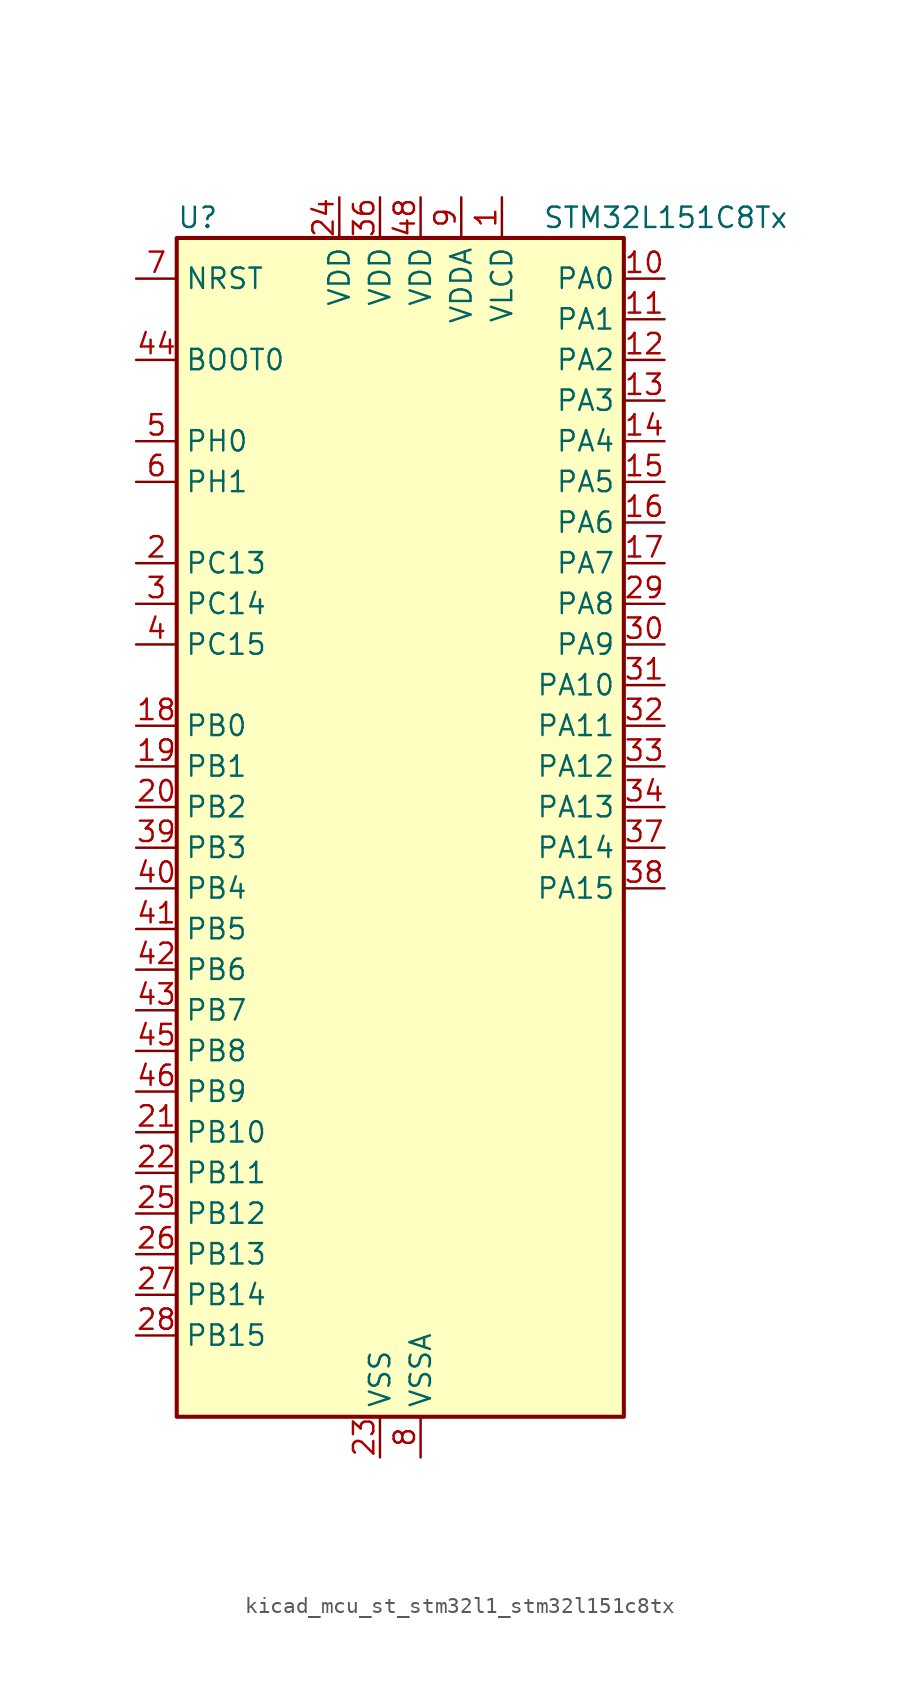
<source format=kicad_sym>
(kicad_symbol_lib
  (version 20220914)
  (generator kicad_symbol_editor)
  (symbol "kicad_mcu_st_stm32l1_stm32l151c8tx"
    (property "Reference" "U"
      (at -12.7 39.37 0)
      (effects (font (size 1.27 1.27)) (justify left)))
    (property "Value" "STM32L151C8Tx"
      (at 10.16 39.37 0)
      (effects (font (size 1.27 1.27)) (justify left)))
    (property "ki_locked" ""
      (at 0 0 0)
      (effects (font (size 1.27 1.27))))
    (symbol "kicad_mcu_st_stm32l1_stm32l151c8tx_0_1"
      (rectangle (start -12.7 -35.56) (end 15.24 38.1) (stroke (width 0.254) (type default)) (fill (type background))))
    (symbol "kicad_mcu_st_stm32l1_stm32l151c8tx_1_1"
      (pin power_in line (at 7.62 40.64 270) (length 2.54) (name "VLCD" (effects (font (size 1.27 1.27)))) (number "1" (effects (font (size 1.27 1.27)))))
      (pin bidirectional line (at 17.78 35.56 180) (length 2.54) (name "PA0" (effects (font (size 1.27 1.27)))) (number "10" (effects (font (size 1.27 1.27)))) (alternate "ADC_IN0" bidirectional line) (alternate "COMP1_INP" bidirectional line) (alternate "SYS_WKUP1" bidirectional line) (alternate "TIM2_CH1" bidirectional line) (alternate "TIM2_ETR" bidirectional line) (alternate "TIMX_IC1" bidirectional line) (alternate "TS_G1_IO1" bidirectional line) (alternate "USART2_CTS" bidirectional line))
      (pin bidirectional line (at 17.78 33.02 180) (length 2.54) (name "PA1" (effects (font (size 1.27 1.27)))) (number "11" (effects (font (size 1.27 1.27)))) (alternate "ADC_IN1" bidirectional line) (alternate "COMP1_INP" bidirectional line) (alternate "TIM2_CH2" bidirectional line) (alternate "TIMX_IC2" bidirectional line) (alternate "TS_G1_IO2" bidirectional line) (alternate "USART2_RTS" bidirectional line))
      (pin bidirectional line (at 17.78 30.48 180) (length 2.54) (name "PA2" (effects (font (size 1.27 1.27)))) (number "12" (effects (font (size 1.27 1.27)))) (alternate "ADC_IN2" bidirectional line) (alternate "COMP1_INP" bidirectional line) (alternate "TIM2_CH3" bidirectional line) (alternate "TIM9_CH1" bidirectional line) (alternate "TIMX_IC3" bidirectional line) (alternate "TS_G1_IO3" bidirectional line) (alternate "USART2_TX" bidirectional line))
      (pin bidirectional line (at 17.78 27.94 180) (length 2.54) (name "PA3" (effects (font (size 1.27 1.27)))) (number "13" (effects (font (size 1.27 1.27)))) (alternate "ADC_IN3" bidirectional line) (alternate "COMP1_INP" bidirectional line) (alternate "TIM2_CH4" bidirectional line) (alternate "TIM9_CH2" bidirectional line) (alternate "TIMX_IC4" bidirectional line) (alternate "TS_G1_IO4" bidirectional line) (alternate "USART2_RX" bidirectional line))
      (pin bidirectional line (at 17.78 25.4 180) (length 2.54) (name "PA4" (effects (font (size 1.27 1.27)))) (number "14" (effects (font (size 1.27 1.27)))) (alternate "ADC_IN4" bidirectional line) (alternate "COMP1_INP" bidirectional line) (alternate "DAC_OUT1" bidirectional line) (alternate "SPI1_NSS" bidirectional line) (alternate "TIMX_IC1" bidirectional line) (alternate "USART2_CK" bidirectional line))
      (pin bidirectional line (at 17.78 22.86 180) (length 2.54) (name "PA5" (effects (font (size 1.27 1.27)))) (number "15" (effects (font (size 1.27 1.27)))) (alternate "ADC_IN5" bidirectional line) (alternate "COMP1_INP" bidirectional line) (alternate "DAC_OUT2" bidirectional line) (alternate "SPI1_SCK" bidirectional line) (alternate "TIM2_CH1" bidirectional line) (alternate "TIM2_ETR" bidirectional line) (alternate "TIMX_IC2" bidirectional line))
      (pin bidirectional line (at 17.78 20.32 180) (length 2.54) (name "PA6" (effects (font (size 1.27 1.27)))) (number "16" (effects (font (size 1.27 1.27)))) (alternate "ADC_IN6" bidirectional line) (alternate "COMP1_INP" bidirectional line) (alternate "SPI1_MISO" bidirectional line) (alternate "TIM10_CH1" bidirectional line) (alternate "TIM3_CH1" bidirectional line) (alternate "TIMX_IC3" bidirectional line) (alternate "TS_G2_IO1" bidirectional line))
      (pin bidirectional line (at 17.78 17.78 180) (length 2.54) (name "PA7" (effects (font (size 1.27 1.27)))) (number "17" (effects (font (size 1.27 1.27)))) (alternate "ADC_IN7" bidirectional line) (alternate "COMP1_INP" bidirectional line) (alternate "SPI1_MOSI" bidirectional line) (alternate "TIM11_CH1" bidirectional line) (alternate "TIM3_CH2" bidirectional line) (alternate "TIMX_IC4" bidirectional line) (alternate "TS_G2_IO2" bidirectional line))
      (pin bidirectional line (at -15.24 7.62 0) (length 2.54) (name "PB0" (effects (font (size 1.27 1.27)))) (number "18" (effects (font (size 1.27 1.27)))) (alternate "ADC_IN8" bidirectional line) (alternate "COMP1_INP" bidirectional line) (alternate "SYS_V_REF_OUT" bidirectional line) (alternate "TIM3_CH3" bidirectional line) (alternate "TS_G3_IO1" bidirectional line))
      (pin bidirectional line (at -15.24 5.08 0) (length 2.54) (name "PB1" (effects (font (size 1.27 1.27)))) (number "19" (effects (font (size 1.27 1.27)))) (alternate "ADC_IN9" bidirectional line) (alternate "COMP1_INP" bidirectional line) (alternate "SYS_V_REF_OUT" bidirectional line) (alternate "TIM3_CH4" bidirectional line) (alternate "TS_G3_IO2" bidirectional line))
      (pin bidirectional line (at -15.24 17.78 0) (length 2.54) (name "PC13" (effects (font (size 1.27 1.27)))) (number "2" (effects (font (size 1.27 1.27)))) (alternate "RTC_OUT_ALARM" bidirectional line) (alternate "RTC_OUT_CALIB" bidirectional line) (alternate "RTC_TAMP1" bidirectional line) (alternate "RTC_TS" bidirectional line) (alternate "SYS_WKUP2" bidirectional line) (alternate "TIMX_IC2" bidirectional line))
      (pin bidirectional line (at -15.24 2.54 0) (length 2.54) (name "PB2" (effects (font (size 1.27 1.27)))) (number "20" (effects (font (size 1.27 1.27)))))
      (pin bidirectional line (at -15.24 -17.78 0) (length 2.54) (name "PB10" (effects (font (size 1.27 1.27)))) (number "21" (effects (font (size 1.27 1.27)))) (alternate "I2C2_SCL" bidirectional line) (alternate "TIM2_CH3" bidirectional line) (alternate "USART3_TX" bidirectional line))
      (pin bidirectional line (at -15.24 -20.32 0) (length 2.54) (name "PB11" (effects (font (size 1.27 1.27)))) (number "22" (effects (font (size 1.27 1.27)))) (alternate "ADC_EXTI11" bidirectional line) (alternate "I2C2_SDA" bidirectional line) (alternate "TIM2_CH4" bidirectional line) (alternate "USART3_RX" bidirectional line))
      (pin power_in line (at 0 -38.1 90) (length 2.54) (name "VSS" (effects (font (size 1.27 1.27)))) (number "23" (effects (font (size 1.27 1.27)))))
      (pin power_in line (at -2.54 40.64 270) (length 2.54) (name "VDD" (effects (font (size 1.27 1.27)))) (number "24" (effects (font (size 1.27 1.27)))))
      (pin bidirectional line (at -15.24 -22.86 0) (length 2.54) (name "PB12" (effects (font (size 1.27 1.27)))) (number "25" (effects (font (size 1.27 1.27)))) (alternate "ADC_IN18" bidirectional line) (alternate "COMP1_INP" bidirectional line) (alternate "I2C2_SMBA" bidirectional line) (alternate "SPI2_NSS" bidirectional line) (alternate "TIM10_CH1" bidirectional line) (alternate "TS_G7_IO1" bidirectional line) (alternate "USART3_CK" bidirectional line))
      (pin bidirectional line (at -15.24 -25.4 0) (length 2.54) (name "PB13" (effects (font (size 1.27 1.27)))) (number "26" (effects (font (size 1.27 1.27)))) (alternate "ADC_IN19" bidirectional line) (alternate "COMP1_INP" bidirectional line) (alternate "SPI2_SCK" bidirectional line) (alternate "TIM9_CH1" bidirectional line) (alternate "TS_G7_IO2" bidirectional line) (alternate "USART3_CTS" bidirectional line))
      (pin bidirectional line (at -15.24 -27.94 0) (length 2.54) (name "PB14" (effects (font (size 1.27 1.27)))) (number "27" (effects (font (size 1.27 1.27)))) (alternate "ADC_IN20" bidirectional line) (alternate "COMP1_INP" bidirectional line) (alternate "SPI2_MISO" bidirectional line) (alternate "TIM9_CH2" bidirectional line) (alternate "TS_G7_IO3" bidirectional line) (alternate "USART3_RTS" bidirectional line))
      (pin bidirectional line (at -15.24 -30.48 0) (length 2.54) (name "PB15" (effects (font (size 1.27 1.27)))) (number "28" (effects (font (size 1.27 1.27)))) (alternate "ADC_EXTI15" bidirectional line) (alternate "ADC_IN21" bidirectional line) (alternate "COMP1_INP" bidirectional line) (alternate "RTC_REFIN" bidirectional line) (alternate "SPI2_MOSI" bidirectional line) (alternate "TIM11_CH1" bidirectional line) (alternate "TS_G7_IO4" bidirectional line))
      (pin bidirectional line (at 17.78 15.24 180) (length 2.54) (name "PA8" (effects (font (size 1.27 1.27)))) (number "29" (effects (font (size 1.27 1.27)))) (alternate "RCC_MCO" bidirectional line) (alternate "TIMX_IC1" bidirectional line) (alternate "TS_G4_IO1" bidirectional line) (alternate "USART1_CK" bidirectional line))
      (pin bidirectional line (at -15.24 15.24 0) (length 2.54) (name "PC14" (effects (font (size 1.27 1.27)))) (number "3" (effects (font (size 1.27 1.27)))) (alternate "RCC_OSC32_IN" bidirectional line) (alternate "TIMX_IC3" bidirectional line))
      (pin bidirectional line (at 17.78 12.7 180) (length 2.54) (name "PA9" (effects (font (size 1.27 1.27)))) (number "30" (effects (font (size 1.27 1.27)))) (alternate "DAC_EXTI9" bidirectional line) (alternate "TIMX_IC2" bidirectional line) (alternate "TS_G4_IO2" bidirectional line) (alternate "USART1_TX" bidirectional line))
      (pin bidirectional line (at 17.78 10.16 180) (length 2.54) (name "PA10" (effects (font (size 1.27 1.27)))) (number "31" (effects (font (size 1.27 1.27)))) (alternate "TIMX_IC3" bidirectional line) (alternate "TS_G4_IO3" bidirectional line) (alternate "USART1_RX" bidirectional line))
      (pin bidirectional line (at 17.78 7.62 180) (length 2.54) (name "PA11" (effects (font (size 1.27 1.27)))) (number "32" (effects (font (size 1.27 1.27)))) (alternate "ADC_EXTI11" bidirectional line) (alternate "SPI1_MISO" bidirectional line) (alternate "TIMX_IC4" bidirectional line) (alternate "USART1_CTS" bidirectional line) (alternate "USB_DM" bidirectional line))
      (pin bidirectional line (at 17.78 5.08 180) (length 2.54) (name "PA12" (effects (font (size 1.27 1.27)))) (number "33" (effects (font (size 1.27 1.27)))) (alternate "SPI1_MOSI" bidirectional line) (alternate "TIMX_IC1" bidirectional line) (alternate "USART1_RTS" bidirectional line) (alternate "USB_DP" bidirectional line))
      (pin bidirectional line (at 17.78 2.54 180) (length 2.54) (name "PA13" (effects (font (size 1.27 1.27)))) (number "34" (effects (font (size 1.27 1.27)))) (alternate "SYS_JTMS-SWDIO" bidirectional line) (alternate "TIMX_IC2" bidirectional line) (alternate "TS_G5_IO1" bidirectional line))
      (pin passive line (at 0 -38.1 90) (length 2.54) hide (name "VSS" (effects (font (size 1.27 1.27)))) (number "35" (effects (font (size 1.27 1.27)))))
      (pin power_in line (at 0 40.64 270) (length 2.54) (name "VDD" (effects (font (size 1.27 1.27)))) (number "36" (effects (font (size 1.27 1.27)))))
      (pin bidirectional line (at 17.78 0 180) (length 2.54) (name "PA14" (effects (font (size 1.27 1.27)))) (number "37" (effects (font (size 1.27 1.27)))) (alternate "SYS_JTCK-SWCLK" bidirectional line) (alternate "TIMX_IC3" bidirectional line) (alternate "TS_G5_IO2" bidirectional line))
      (pin bidirectional line (at 17.78 -2.54 180) (length 2.54) (name "PA15" (effects (font (size 1.27 1.27)))) (number "38" (effects (font (size 1.27 1.27)))) (alternate "ADC_EXTI15" bidirectional line) (alternate "SPI1_NSS" bidirectional line) (alternate "SYS_JTDI" bidirectional line) (alternate "TIM2_CH1" bidirectional line) (alternate "TIM2_ETR" bidirectional line) (alternate "TIMX_IC4" bidirectional line) (alternate "TS_G5_IO3" bidirectional line))
      (pin bidirectional line (at -15.24 0 0) (length 2.54) (name "PB3" (effects (font (size 1.27 1.27)))) (number "39" (effects (font (size 1.27 1.27)))) (alternate "COMP2_INM" bidirectional line) (alternate "SPI1_SCK" bidirectional line) (alternate "SYS_JTDO-TRACESWO" bidirectional line) (alternate "TIM2_CH2" bidirectional line))
      (pin bidirectional line (at -15.24 12.7 0) (length 2.54) (name "PC15" (effects (font (size 1.27 1.27)))) (number "4" (effects (font (size 1.27 1.27)))) (alternate "ADC_EXTI15" bidirectional line) (alternate "RCC_OSC32_OUT" bidirectional line) (alternate "TIMX_IC4" bidirectional line))
      (pin bidirectional line (at -15.24 -2.54 0) (length 2.54) (name "PB4" (effects (font (size 1.27 1.27)))) (number "40" (effects (font (size 1.27 1.27)))) (alternate "COMP2_INP" bidirectional line) (alternate "SPI1_MISO" bidirectional line) (alternate "SYS_JTRST" bidirectional line) (alternate "TIM3_CH1" bidirectional line) (alternate "TS_G6_IO1" bidirectional line))
      (pin bidirectional line (at -15.24 -5.08 0) (length 2.54) (name "PB5" (effects (font (size 1.27 1.27)))) (number "41" (effects (font (size 1.27 1.27)))) (alternate "COMP2_INP" bidirectional line) (alternate "I2C1_SMBA" bidirectional line) (alternate "SPI1_MOSI" bidirectional line) (alternate "TIM3_CH2" bidirectional line) (alternate "TS_G6_IO2" bidirectional line))
      (pin bidirectional line (at -15.24 -7.62 0) (length 2.54) (name "PB6" (effects (font (size 1.27 1.27)))) (number "42" (effects (font (size 1.27 1.27)))) (alternate "I2C1_SCL" bidirectional line) (alternate "TIM4_CH1" bidirectional line) (alternate "USART1_TX" bidirectional line))
      (pin bidirectional line (at -15.24 -10.16 0) (length 2.54) (name "PB7" (effects (font (size 1.27 1.27)))) (number "43" (effects (font (size 1.27 1.27)))) (alternate "I2C1_SDA" bidirectional line) (alternate "SYS_PVD_IN" bidirectional line) (alternate "TIM4_CH2" bidirectional line) (alternate "USART1_RX" bidirectional line))
      (pin input line (at -15.24 30.48 0) (length 2.54) (name "BOOT0" (effects (font (size 1.27 1.27)))) (number "44" (effects (font (size 1.27 1.27)))))
      (pin bidirectional line (at -15.24 -12.7 0) (length 2.54) (name "PB8" (effects (font (size 1.27 1.27)))) (number "45" (effects (font (size 1.27 1.27)))) (alternate "I2C1_SCL" bidirectional line) (alternate "TIM10_CH1" bidirectional line) (alternate "TIM4_CH3" bidirectional line))
      (pin bidirectional line (at -15.24 -15.24 0) (length 2.54) (name "PB9" (effects (font (size 1.27 1.27)))) (number "46" (effects (font (size 1.27 1.27)))) (alternate "DAC_EXTI9" bidirectional line) (alternate "I2C1_SDA" bidirectional line) (alternate "TIM11_CH1" bidirectional line) (alternate "TIM4_CH4" bidirectional line))
      (pin passive line (at 0 -38.1 90) (length 2.54) hide (name "VSS" (effects (font (size 1.27 1.27)))) (number "47" (effects (font (size 1.27 1.27)))))
      (pin power_in line (at 2.54 40.64 270) (length 2.54) (name "VDD" (effects (font (size 1.27 1.27)))) (number "48" (effects (font (size 1.27 1.27)))))
      (pin bidirectional line (at -15.24 25.4 0) (length 2.54) (name "PH0" (effects (font (size 1.27 1.27)))) (number "5" (effects (font (size 1.27 1.27)))) (alternate "RCC_OSC_IN" bidirectional line))
      (pin bidirectional line (at -15.24 22.86 0) (length 2.54) (name "PH1" (effects (font (size 1.27 1.27)))) (number "6" (effects (font (size 1.27 1.27)))) (alternate "RCC_OSC_OUT" bidirectional line))
      (pin input line (at -15.24 35.56 0) (length 2.54) (name "NRST" (effects (font (size 1.27 1.27)))) (number "7" (effects (font (size 1.27 1.27)))))
      (pin power_in line (at 2.54 -38.1 90) (length 2.54) (name "VSSA" (effects (font (size 1.27 1.27)))) (number "8" (effects (font (size 1.27 1.27)))))
      (pin power_in line (at 5.08 40.64 270) (length 2.54) (name "VDDA" (effects (font (size 1.27 1.27)))) (number "9" (effects (font (size 1.27 1.27))))))))
</source>
